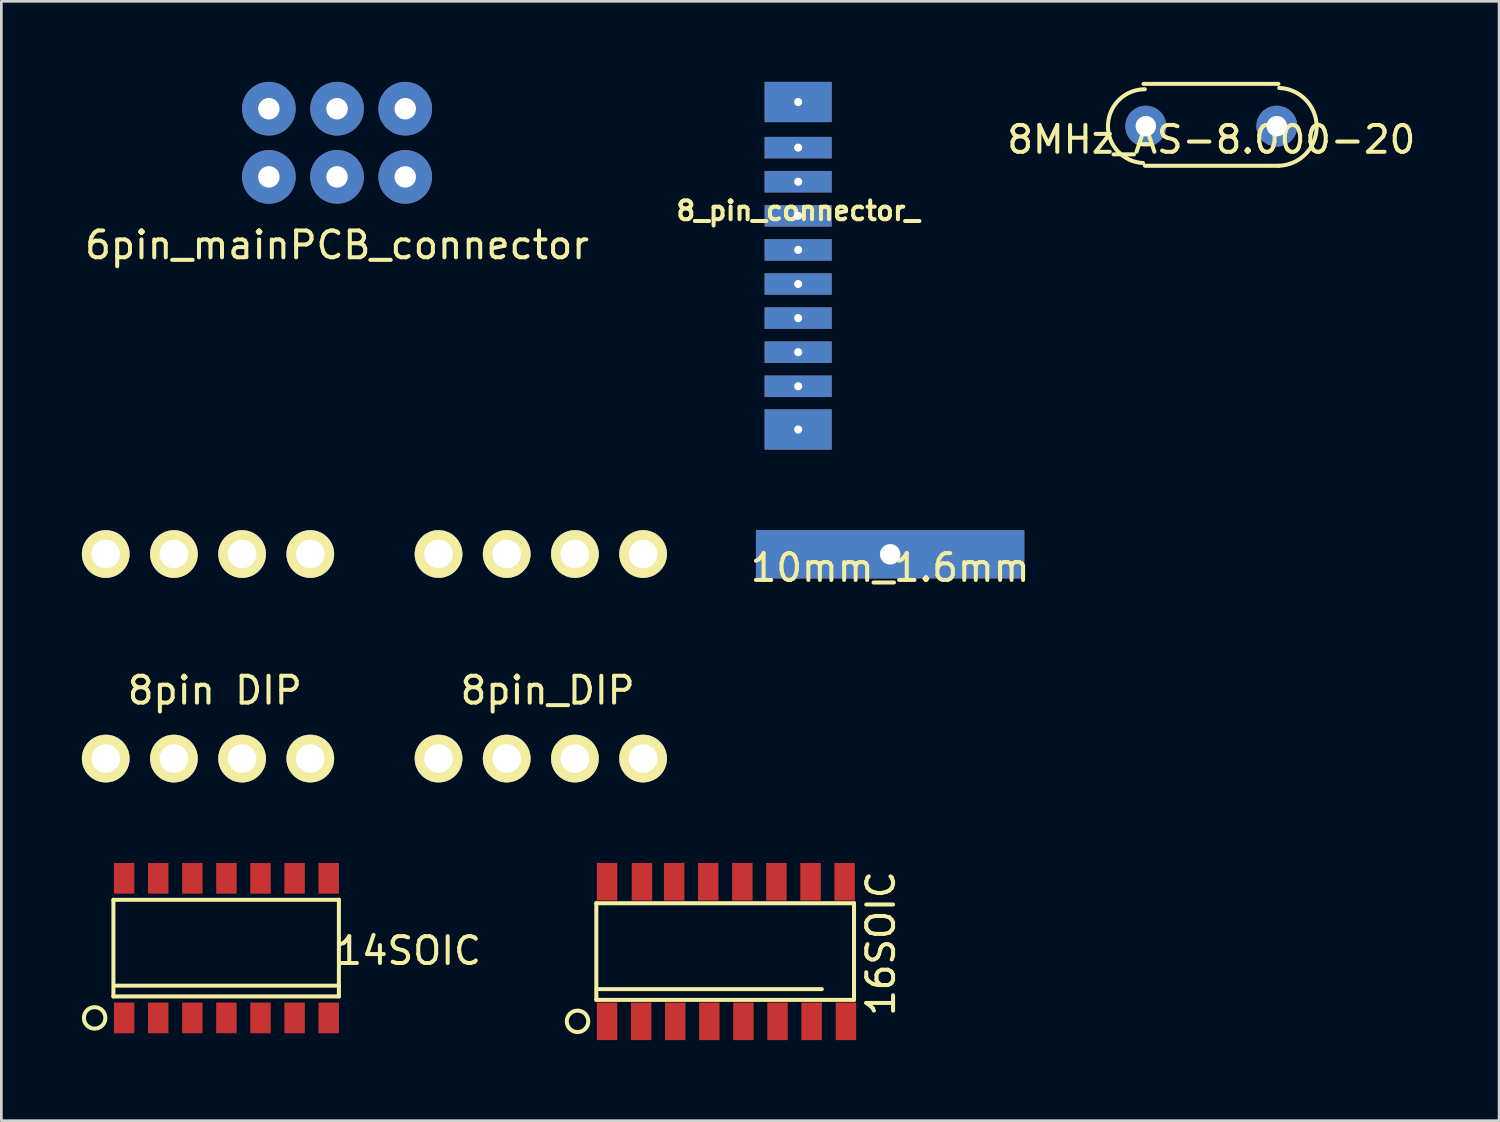
<source format=kicad_pcb>
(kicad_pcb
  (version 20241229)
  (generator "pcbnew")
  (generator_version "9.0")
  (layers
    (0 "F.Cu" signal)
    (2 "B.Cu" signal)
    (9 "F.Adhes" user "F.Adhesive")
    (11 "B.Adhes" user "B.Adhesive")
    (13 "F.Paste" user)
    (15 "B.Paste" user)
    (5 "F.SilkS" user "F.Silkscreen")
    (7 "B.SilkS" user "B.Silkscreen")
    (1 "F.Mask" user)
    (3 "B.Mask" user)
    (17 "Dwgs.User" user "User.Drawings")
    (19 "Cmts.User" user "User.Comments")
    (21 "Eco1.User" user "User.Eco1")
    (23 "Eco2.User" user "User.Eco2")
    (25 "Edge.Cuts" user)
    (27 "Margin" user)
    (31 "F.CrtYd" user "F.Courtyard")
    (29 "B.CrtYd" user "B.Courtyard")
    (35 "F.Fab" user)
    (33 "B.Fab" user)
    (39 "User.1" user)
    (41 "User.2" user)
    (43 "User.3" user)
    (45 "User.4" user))
  (footprint "10mm_1.6mm"
    (layer "F.Cu")
    (at 30.111 17.6)
    (property "Reference" "10mm_1.6mm" (at 0 0.5 0) (layer "F.SilkS") (effects (font (size 1 1) (thickness 0.15))))
    (attr through_hole)
    (pad "1" thru_hole rect (at 0 0) (size 10 1.8) (drill 0.762) (layers "*.Cu" "*.Mask")))
  (footprint "8_pin_connector_"
    (layer "F.Cu")
    (at 26.659 2.5)
    (property "Reference" "8_pin_connector_" (at 0.025 2.3 180) (layer "F.SilkS") (effects (font (size 0.7 0.7) (thickness 0.15))))
    (attr through_hole)
    (pad "1" thru_hole rect (at 0.025 -0.05) (size 2.5 0.8) (drill 0.3) (layers "*.Cu" "*.Mask"))
    (pad "2" thru_hole rect (at 0.025 -1.75) (size 2.5 1.5) (drill 0.3) (layers "*.Cu" "*.Mask"))
    (pad "2" thru_hole rect (at 0.025 1.22) (size 2.5 0.8) (drill 0.3) (layers "*.Cu" "*.Mask"))
    (pad "2" thru_hole rect (at 0.025 10.45) (size 2.5 1.5) (drill 0.3) (layers "*.Cu" "*.Mask"))
    (pad "3" thru_hole rect (at 0.025 2.49) (size 2.5 0.8) (drill 0.3) (layers "*.Cu" "*.Mask"))
    (pad "4" thru_hole rect (at 0.025 3.76) (size 2.5 0.8) (drill 0.3) (layers "*.Cu" "*.Mask"))
    (pad "5" thru_hole rect (at 0.025 5.03) (size 2.5 0.8) (drill 0.3) (layers "*.Cu" "*.Mask"))
    (pad "6" thru_hole rect (at 0.025 6.3) (size 2.5 0.8) (drill 0.3) (layers "*.Cu" "*.Mask"))
    (pad "7" thru_hole rect (at 0.025 7.57) (size 2.5 0.8) (drill 0.3) (layers "*.Cu" "*.Mask"))
    (pad "8" thru_hole rect (at 0.025 8.84) (size 2.5 0.8) (drill 0.3) (layers "*.Cu" "*.Mask")))
  (footprint "14SOIC"
    (layer "F.Cu")
    (at 5.375 32.27)
    (property "Reference" "14SOIC" (at 6.8 0.1 0) (layer "F.SilkS") (effects (font (size 1 1) (thickness 0.15))))
    (attr through_hole)
    (fp_line (start -4.2 -1.8) (end -4.2 1.8) (stroke (width 0.15) (type solid)) (layer "F.SilkS"))
    (fp_line (start -4.2 1.8) (end 4.2 1.8) (stroke (width 0.15) (type solid)) (layer "F.SilkS"))
    (fp_line (start -4.1 1.4) (end 4.2 1.4) (stroke (width 0.15) (type solid)) (layer "F.SilkS"))
    (fp_line (start 4.2 -1.8) (end -4.2 -1.8) (stroke (width 0.15) (type solid)) (layer "F.SilkS"))
    (fp_line (start 4.2 1.8) (end 4.2 -1.8) (stroke (width 0.15) (type solid)) (layer "F.SilkS"))
    (fp_circle (center -4.9 2.6) (end -4.5 2.6) (stroke (width 0.15) (type solid)) (fill no) (layer "F.SilkS"))
    (pad "1" smd rect (at -3.8 2.6) (size 0.762 1.143) (layers "F.Cu" "F.Mask" "F.Paste"))
    (pad "2" smd rect (at -2.53 2.6) (size 0.762 1.143) (layers "F.Cu" "F.Mask" "F.Paste"))
    (pad "3" smd rect (at -1.26 2.6) (size 0.762 1.143) (layers "F.Cu" "F.Mask" "F.Paste"))
    (pad "4" smd rect (at 0.01 2.6) (size 0.762 1.143) (layers "F.Cu" "F.Mask" "F.Paste"))
    (pad "5" smd rect (at 1.28 2.6) (size 0.762 1.143) (layers "F.Cu" "F.Mask" "F.Paste"))
    (pad "6" smd rect (at 2.55 2.6) (size 0.762 1.143) (layers "F.Cu" "F.Mask" "F.Paste"))
    (pad "7" smd rect (at 3.82 2.6) (size 0.762 1.143) (layers "F.Cu" "F.Mask" "F.Paste"))
    (pad "8" smd rect (at 3.82 -2.6) (size 0.762 1.143) (layers "F.Cu" "F.Mask" "F.Paste"))
    (pad "9" smd rect (at 2.55 -2.6) (size 0.762 1.143) (layers "F.Cu" "F.Mask" "F.Paste"))
    (pad "10" smd rect (at 1.28 -2.6) (size 0.762 1.143) (layers "F.Cu" "F.Mask" "F.Paste"))
    (pad "11" smd rect (at 0.01 -2.6) (size 0.762 1.143) (layers "F.Cu" "F.Mask" "F.Paste"))
    (pad "12" smd rect (at -1.26 -2.6) (size 0.762 1.143) (layers "F.Cu" "F.Mask" "F.Paste"))
    (pad "13" smd rect (at -2.53 -2.6) (size 0.762 1.143) (layers "F.Cu" "F.Mask" "F.Paste"))
    (pad "14" smd rect (at -3.8 -2.6) (size 0.762 1.143) (layers "F.Cu" "F.Mask" "F.Paste")))
  (footprint "6pin_mainPCB_connector"
    (layer "F.Cu")
    (at 9.506 3.54)
    (property "Reference" "6pin_mainPCB_connector" (at 0 2.54 0) (layer "F.SilkS") (effects (font (size 1 1) (thickness 0.15))))
    (attr through_hole)
    (pad "1" thru_hole circle (at -2.54 0) (size 2 2) (drill 0.8) (layers "*.Cu" "*.Mask"))
    (pad "2" thru_hole circle (at -2.54 -2.54) (size 2 2) (drill 0.8) (layers "*.Cu" "*.Mask"))
    (pad "3" thru_hole circle (at 0 0) (size 2 2) (drill 0.8) (layers "*.Cu" "*.Mask"))
    (pad "4" thru_hole circle (at 0 -2.54) (size 2 2) (drill 0.8) (layers "*.Cu" "*.Mask"))
    (pad "5" thru_hole circle (at 2.54 0) (size 2 2) (drill 0.8) (layers "*.Cu" "*.Mask"))
    (pad "6" thru_hole circle (at 2.54 -2.54) (size 2 2) (drill 0.8) (layers "*.Cu" "*.Mask")))
  (footprint "8MHz_AS-8.000-20"
    (layer "F.Cu")
    (at 42.075 1.65)
    (property "Reference" "8MHz_AS-8.000-20" (at 0 0.5 0) (layer "F.SilkS") (effects (font (size 1 1) (thickness 0.15))))
    (attr through_hole)
    (fp_line (start -2.525 -1.575) (end 2.5 -1.575) (stroke (width 0.15) (type solid)) (layer "F.SilkS"))
    (fp_line (start 2.5 1.475) (end -2.475 1.475) (stroke (width 0.15) (type solid)) (layer "F.SilkS"))
    (fp_arc (start -2.543664 1.373284) (mid -3.849571 -0.034343) (end -2.475 -1.375) (stroke (width 0.15) (type solid)) (layer "F.SilkS"))
    (fp_arc (start 2.530737 -1.424143) (mid 3.925133 0.040375) (end 2.499999 1.474999) (stroke (width 0.15) (type solid)) (layer "F.SilkS"))
    (pad "1" thru_hole circle (at -2.44 0) (size 1.524 1.524) (drill 0.762) (layers "*.Cu" "*.Mask"))
    (pad "2" thru_hole circle (at 2.44 0) (size 1.524 1.524) (drill 0.762) (layers "*.Cu" "*.Mask")))
  (footprint "8pin DIP"
    (layer "F.Cu")
    (at 0.889 21.399)
    (property "Reference" "8pin DIP" (at 4.064 1.27 0) (layer "F.SilkS") (effects (font (size 1 1) (thickness 0.15))))
    (attr through_hole)
    (pad "1" thru_hole circle (at 0 -3.81) (size 1.778 1.778) (drill 1.067) (layers "*.Cu" "*.Mask" "F.SilkS"))
    (pad "9" thru_hole circle (at 2.54 -3.81) (size 1.778 1.778) (drill 1.067) (layers "*.Cu" "*.Mask" "F.SilkS"))
    (pad "10" thru_hole circle (at 5.08 -3.81) (size 1.778 1.778) (drill 1.067) (layers "*.Cu" "*.Mask" "F.SilkS"))
    (pad "11" thru_hole circle (at 7.62 -3.81) (size 1.778 1.778) (drill 1.067) (layers "*.Cu" "*.Mask" "F.SilkS"))
    (pad "12" thru_hole circle (at 0 3.81) (size 1.778 1.778) (drill 1.067) (layers "*.Cu" "*.Mask" "F.SilkS"))
    (pad "13" thru_hole circle (at 2.54 3.81) (size 1.778 1.778) (drill 1.067) (layers "*.Cu" "*.Mask" "F.SilkS"))
    (pad "14" thru_hole circle (at 5.08 3.81) (size 1.778 1.778) (drill 1.067) (layers "*.Cu" "*.Mask" "F.SilkS"))
    (pad "15" thru_hole circle (at 7.62 3.81) (size 1.778 1.778) (drill 1.067) (layers "*.Cu" "*.Mask" "F.SilkS")))
  (footprint "8pin_DIP"
    (layer "F.Cu")
    (at 13.287 21.399)
    (property "Reference" "8pin_DIP" (at 4.064 1.27 0) (layer "F.SilkS") (effects (font (size 1 1) (thickness 0.15))))
    (attr through_hole)
    (pad "1" thru_hole circle (at 0 -3.81) (size 1.778 1.778) (drill 1.067) (layers "*.Cu" "*.Mask" "F.SilkS"))
    (pad "9" thru_hole circle (at 2.54 -3.81) (size 1.778 1.778) (drill 1.067) (layers "*.Cu" "*.Mask" "F.SilkS"))
    (pad "10" thru_hole circle (at 5.08 -3.81) (size 1.778 1.778) (drill 1.067) (layers "*.Cu" "*.Mask" "F.SilkS"))
    (pad "11" thru_hole circle (at 7.62 -3.81) (size 1.778 1.778) (drill 1.067) (layers "*.Cu" "*.Mask" "F.SilkS"))
    (pad "12" thru_hole circle (at 0 3.81) (size 1.778 1.778) (drill 1.067) (layers "*.Cu" "*.Mask" "F.SilkS"))
    (pad "13" thru_hole circle (at 2.54 3.81) (size 1.778 1.778) (drill 1.067) (layers "*.Cu" "*.Mask" "F.SilkS"))
    (pad "14" thru_hole circle (at 5.08 3.81) (size 1.778 1.778) (drill 1.067) (layers "*.Cu" "*.Mask" "F.SilkS"))
    (pad "15" thru_hole circle (at 7.62 3.81) (size 1.778 1.778) (drill 1.067) (layers "*.Cu" "*.Mask" "F.SilkS")))
  (footprint "16SOIC"
    (layer "F.Cu")
    (at 23.365 32.398)
    (property "Reference" "16SOIC" (at 6.4 -0.3 90) (layer "F.SilkS") (effects (font (size 1 1) (thickness 0.15))))
    (attr through_hole)
    (fp_line (start -4.2 -1.8) (end -4.2 1.8) (stroke (width 0.15) (type solid)) (layer "F.SilkS"))
    (fp_line (start -4.2 1.8) (end 5.4 1.8) (stroke (width 0.15) (type solid)) (layer "F.SilkS"))
    (fp_line (start -4.1 1.4) (end 4.2 1.4) (stroke (width 0.15) (type solid)) (layer "F.SilkS"))
    (fp_line (start 5.4 -1.8) (end -4.2 -1.8) (stroke (width 0.15) (type solid)) (layer "F.SilkS"))
    (fp_line (start 5.4 1.8) (end 5.4 -1.8) (stroke (width 0.15) (type solid)) (layer "F.SilkS"))
    (fp_circle (center -4.9 2.6) (end -4.5 2.6) (stroke (width 0.15) (type solid)) (fill no) (layer "F.SilkS"))
    (pad "1" smd rect (at -3.8 2.6) (size 0.762 1.4) (layers "F.Cu" "F.Mask" "F.Paste"))
    (pad "2" smd rect (at -2.53 2.6) (size 0.762 1.4) (layers "F.Cu" "F.Mask" "F.Paste"))
    (pad "3" smd rect (at -1.26 2.6) (size 0.762 1.4) (layers "F.Cu" "F.Mask" "F.Paste"))
    (pad "4" smd rect (at 0.01 2.6) (size 0.762 1.4) (layers "F.Cu" "F.Mask" "F.Paste"))
    (pad "5" smd rect (at 1.28 2.6) (size 0.762 1.4) (layers "F.Cu" "F.Mask" "F.Paste"))
    (pad "6" smd rect (at 2.55 2.6) (size 0.762 1.4) (layers "F.Cu" "F.Mask" "F.Paste"))
    (pad "7" smd rect (at 3.82 2.6) (size 0.762 1.4) (layers "F.Cu" "F.Mask" "F.Paste"))
    (pad "8" smd rect (at 5.1 2.6) (size 0.762 1.4) (layers "F.Cu" "F.Mask" "F.Paste"))
    (pad "9" smd rect (at 5.05 -2.6) (size 0.762 1.4) (layers "F.Cu" "F.Mask" "F.Paste"))
    (pad "10" smd rect (at 3.78 -2.6) (size 0.762 1.4) (layers "F.Cu" "F.Mask" "F.Paste"))
    (pad "11" smd rect (at 2.51 -2.6) (size 0.762 1.4) (layers "F.Cu" "F.Mask" "F.Paste"))
    (pad "12" smd rect (at 1.24 -2.6) (size 0.762 1.4) (layers "F.Cu" "F.Mask" "F.Paste"))
    (pad "13" smd rect (at -0.03 -2.6) (size 0.762 1.4) (layers "F.Cu" "F.Mask" "F.Paste"))
    (pad "14" smd rect (at -1.3 -2.6) (size 0.762 1.4) (layers "F.Cu" "F.Mask" "F.Paste"))
    (pad "15" smd rect (at -2.5 -2.6) (size 0.762 1.4) (layers "F.Cu" "F.Mask" "F.Paste"))
    (pad "16" smd rect (at -3.8 -2.6) (size 0.762 1.4) (layers "F.Cu" "F.Mask" "F.Paste")))
  (gr_rect
    (start -3 -3)
    (end 52.796 38.698)
    (stroke (width 0.1) (type default))
    (fill no)
    (layer "Edge.Cuts")))
</source>
